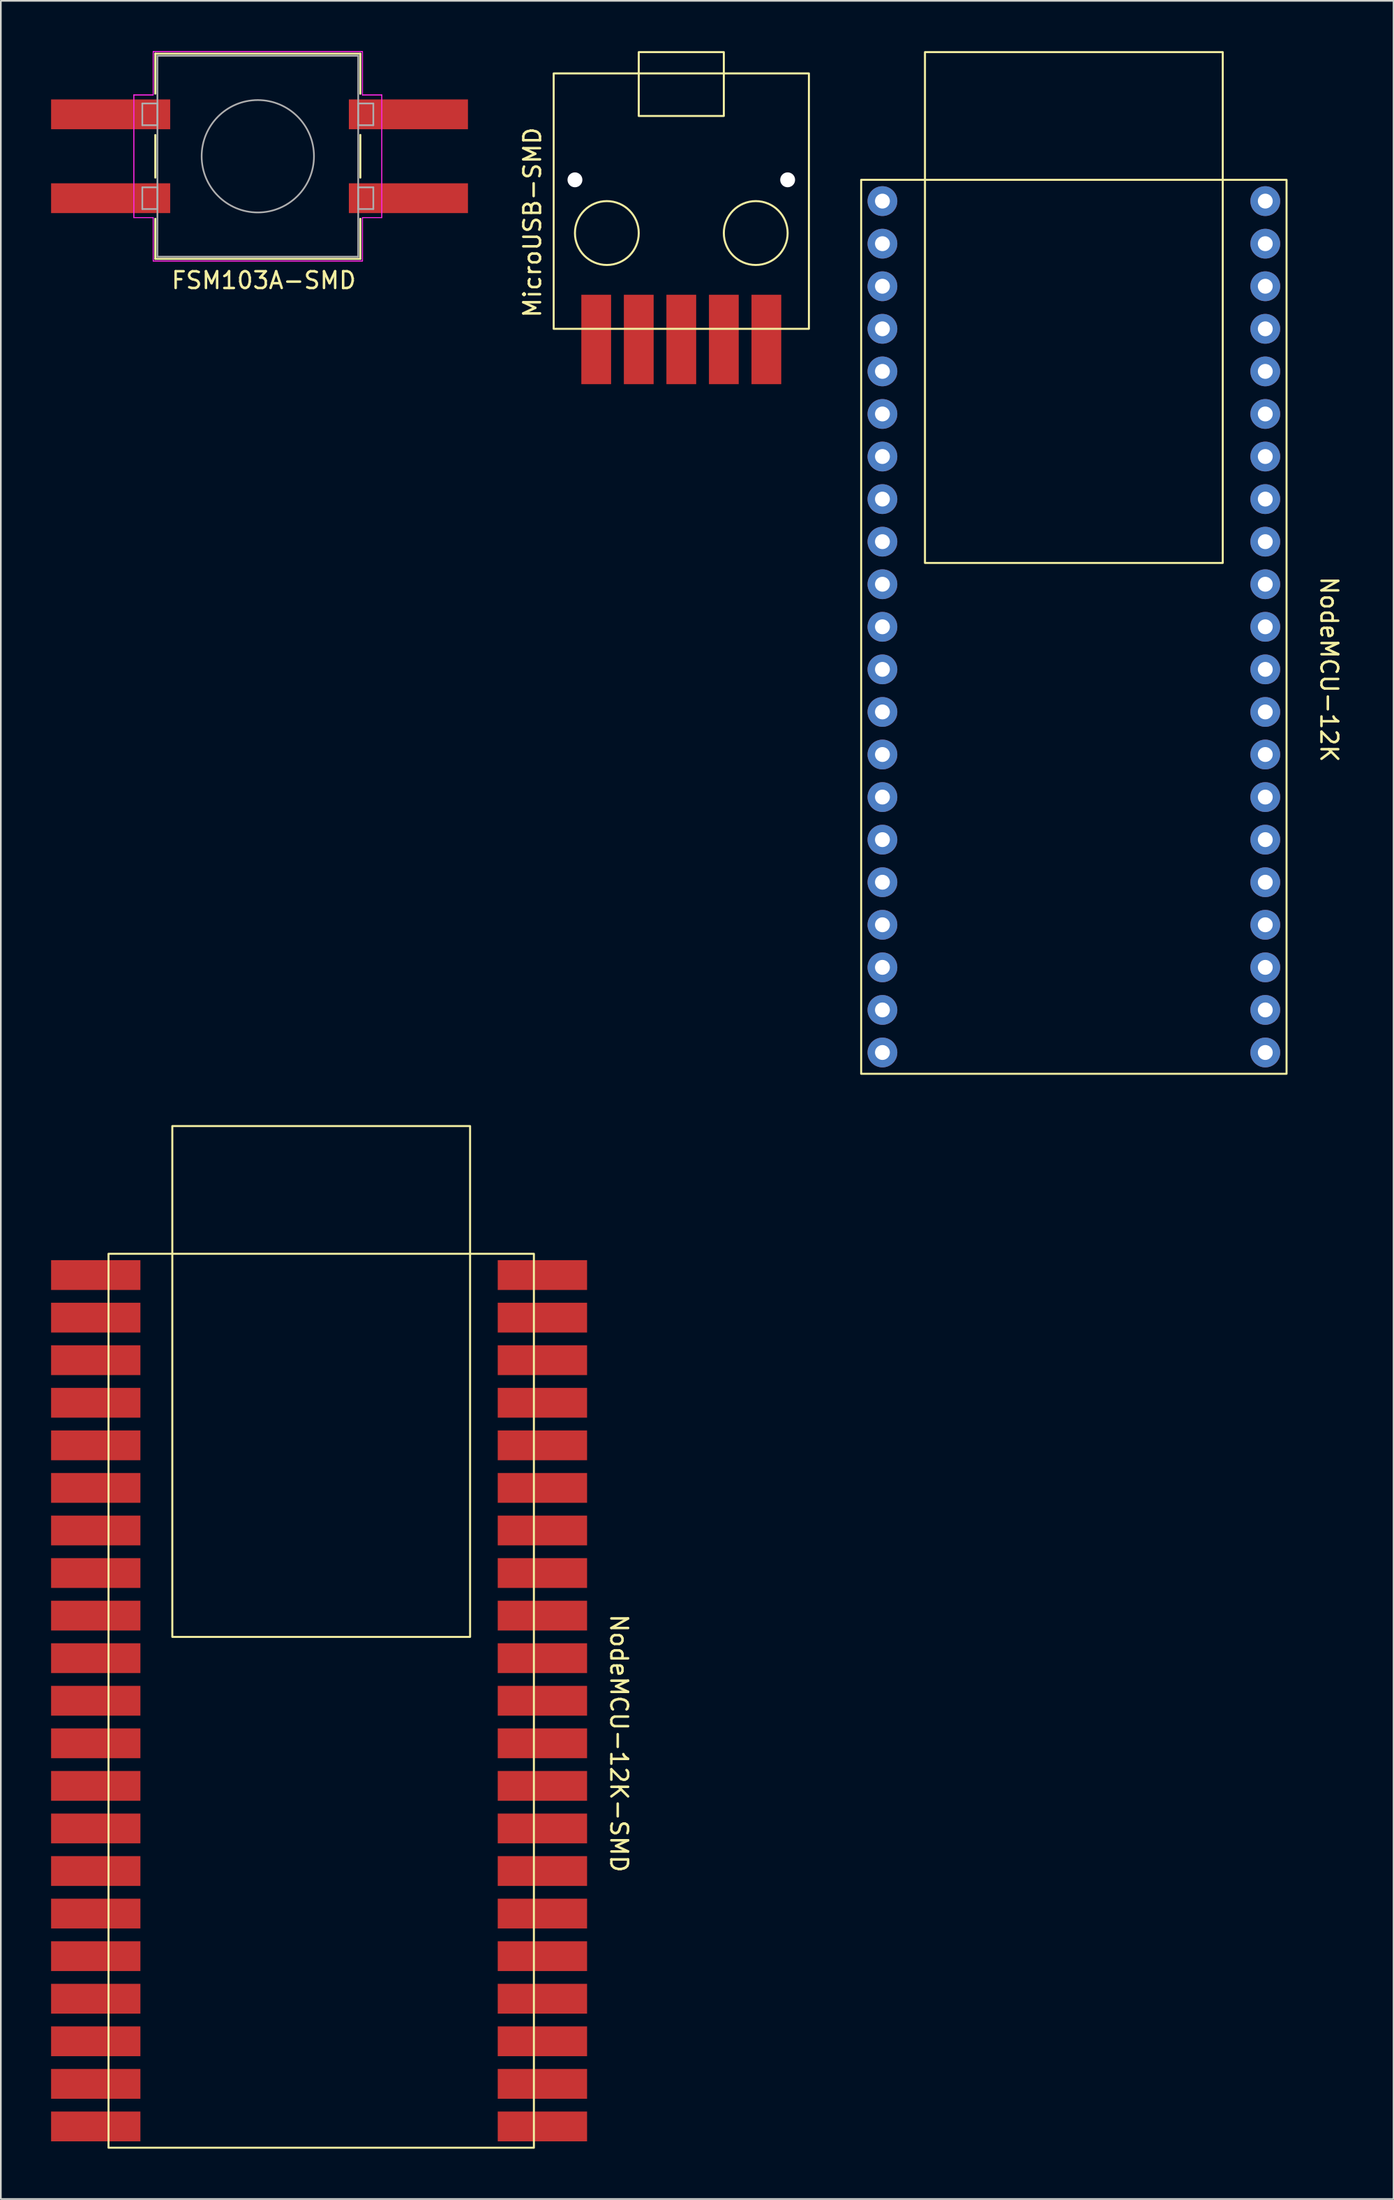
<source format=kicad_pcb>
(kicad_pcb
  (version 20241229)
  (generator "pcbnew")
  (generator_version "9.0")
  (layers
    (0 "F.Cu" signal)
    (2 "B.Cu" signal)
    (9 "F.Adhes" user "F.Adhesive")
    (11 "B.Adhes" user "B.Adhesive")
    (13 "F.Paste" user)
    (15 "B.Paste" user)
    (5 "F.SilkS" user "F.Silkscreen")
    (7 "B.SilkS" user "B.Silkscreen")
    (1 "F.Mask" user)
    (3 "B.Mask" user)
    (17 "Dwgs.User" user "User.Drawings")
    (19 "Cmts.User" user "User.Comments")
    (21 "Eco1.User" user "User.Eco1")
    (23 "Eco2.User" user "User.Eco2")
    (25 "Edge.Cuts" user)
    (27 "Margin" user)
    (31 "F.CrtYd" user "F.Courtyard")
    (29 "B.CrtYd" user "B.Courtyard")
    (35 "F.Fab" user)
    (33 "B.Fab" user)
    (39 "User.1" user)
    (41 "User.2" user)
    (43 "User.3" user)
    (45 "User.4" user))
  (footprint "MicroUSB-SMD"
    (layer "F.Cu")
    (at 37.63 10.22)
    (property "Reference" "MicroUSB-SMD" (at -8.89 0 90) (unlocked yes) (layer "F.SilkS") (effects (font (size 1 1) (thickness 0.15))))
    (attr through_hole)
    (fp_rect (start -7.62 -8.89) (end 7.62 6.35) (stroke (width 0.12) (type solid)) (fill no) (layer "F.SilkS"))
    (fp_rect (start -2.54 -10.16) (end 2.54 -6.35) (stroke (width 0.12) (type solid)) (fill no) (layer "F.SilkS"))
    (fp_circle (center -4.445 0.635) (end -2.54 0.635) (stroke (width 0.12) (type solid)) (fill no) (layer "F.SilkS"))
    (fp_circle (center 4.445 0.635) (end 6.35 0.635) (stroke (width 0.12) (type solid)) (fill no) (layer "F.SilkS"))
    (pad "1" smd rect (at -5.08 6.985) (size 1.778 5.334) (layers "F.Cu" "F.Mask" "F.Paste"))
    (pad "2" smd rect (at -2.54 6.985) (size 1.778 5.334) (layers "F.Cu" "F.Mask" "F.Paste"))
    (pad "3" smd rect (at 0 6.985) (size 1.778 5.334) (layers "F.Cu" "F.Mask" "F.Paste"))
    (pad "4" smd rect (at 2.54 6.985) (size 1.778 5.334) (layers "F.Cu" "F.Mask" "F.Paste"))
    (pad "5" smd rect (at 5.08 6.985) (size 1.778 5.334) (layers "F.Cu" "F.Mask" "F.Paste"))
    (pad "6" thru_hole circle (at -6.35 -2.54) (size 1.778 1.778) (drill 0.889) (layers "*.Cu" "*.Mask") (remove_unused_layers yes) (zone_layer_connections))
    (pad "7" thru_hole circle (at 6.35 -2.54) (size 1.778 1.778) (drill 0.889) (layers "*.Cu" "*.Mask") (remove_unused_layers yes) (zone_layer_connections)))
  (footprint "FSM103A-SMD"
    (layer "F.Cu")
    (at 6.096 3.772)
    (property "Reference" "FSM103A-SMD" (at 6.604 9.906 0) (layer "F.SilkS") (effects (font (size 1 1) (thickness 0.15))))
    (attr through_hole)
    (fp_line (start 0.127 -3.619) (end 0.127 -1.234) (stroke (width 0.12) (type solid)) (layer "F.SilkS"))
    (fp_line (start 0.127 1.234) (end 0.127 3.776) (stroke (width 0.12) (type solid)) (layer "F.SilkS"))
    (fp_line (start 0.127 6.232) (end 0.127 8.623) (stroke (width 0.12) (type solid)) (layer "F.SilkS"))
    (fp_line (start 0.127 8.623) (end 12.37 8.623) (stroke (width 0.12) (type solid)) (layer "F.SilkS"))
    (fp_line (start 12.37 -3.619) (end 0.127 -3.619) (stroke (width 0.12) (type solid)) (layer "F.SilkS"))
    (fp_line (start 12.37 -1.228) (end 12.37 -3.619) (stroke (width 0.12) (type solid)) (layer "F.SilkS"))
    (fp_line (start 12.37 3.776) (end 12.37 1.228) (stroke (width 0.12) (type solid)) (layer "F.SilkS"))
    (fp_line (start 12.37 8.623) (end 12.37 6.232) (stroke (width 0.12) (type solid)) (layer "F.SilkS"))
    (fp_line (start -1.156 -1.156) (end 0 -1.156) (stroke (width 0.05) (type solid)) (layer "F.CrtYd"))
    (fp_line (start -1.156 -1.156) (end 0 -1.156) (stroke (width 0.05) (type solid)) (layer "F.CrtYd"))
    (fp_line (start -1.156 6.16) (end -1.156 -1.156) (stroke (width 0.05) (type solid)) (layer "F.CrtYd"))
    (fp_line (start -1.156 6.16) (end -1.156 -1.156) (stroke (width 0.05) (type solid)) (layer "F.CrtYd"))
    (fp_line (start -1.156 6.16) (end 0 6.16) (stroke (width 0.05) (type solid)) (layer "F.CrtYd"))
    (fp_line (start 0 -3.747) (end 12.497 -3.747) (stroke (width 0.05) (type solid)) (layer "F.CrtYd"))
    (fp_line (start 0 -3.747) (end 12.497 -3.747) (stroke (width 0.05) (type solid)) (layer "F.CrtYd"))
    (fp_line (start 0 -1.156) (end 0 -3.747) (stroke (width 0.05) (type solid)) (layer "F.CrtYd"))
    (fp_line (start 0 -1.156) (end 0 -3.747) (stroke (width 0.05) (type solid)) (layer "F.CrtYd"))
    (fp_line (start 0 6.16) (end -1.156 6.16) (stroke (width 0.05) (type solid)) (layer "F.CrtYd"))
    (fp_line (start 0 8.75) (end 0 6.16) (stroke (width 0.05) (type solid)) (layer "F.CrtYd"))
    (fp_line (start 0 8.75) (end 0 6.16) (stroke (width 0.05) (type solid)) (layer "F.CrtYd"))
    (fp_line (start 12.497 -3.747) (end 12.497 -1.156) (stroke (width 0.05) (type solid)) (layer "F.CrtYd"))
    (fp_line (start 12.497 -3.747) (end 12.497 -1.156) (stroke (width 0.05) (type solid)) (layer "F.CrtYd"))
    (fp_line (start 12.497 -1.156) (end 13.652 -1.156) (stroke (width 0.05) (type solid)) (layer "F.CrtYd"))
    (fp_line (start 12.497 6.16) (end 12.497 8.75) (stroke (width 0.05) (type solid)) (layer "F.CrtYd"))
    (fp_line (start 12.497 6.16) (end 12.497 8.75) (stroke (width 0.05) (type solid)) (layer "F.CrtYd"))
    (fp_line (start 12.497 8.75) (end 0 8.75) (stroke (width 0.05) (type solid)) (layer "F.CrtYd"))
    (fp_line (start 12.497 8.75) (end 0 8.75) (stroke (width 0.05) (type solid)) (layer "F.CrtYd"))
    (fp_line (start 13.652 -1.156) (end 12.497 -1.156) (stroke (width 0.05) (type solid)) (layer "F.CrtYd"))
    (fp_line (start 13.652 -1.156) (end 13.652 6.16) (stroke (width 0.05) (type solid)) (layer "F.CrtYd"))
    (fp_line (start 13.652 -1.156) (end 13.652 6.16) (stroke (width 0.05) (type solid)) (layer "F.CrtYd"))
    (fp_line (start 13.652 6.16) (end 12.497 6.16) (stroke (width 0.05) (type solid)) (layer "F.CrtYd"))
    (fp_line (start 13.652 6.16) (end 12.497 6.16) (stroke (width 0.05) (type solid)) (layer "F.CrtYd"))
    (fp_line (start -0.648 -0.648) (end -0.648 0.648) (stroke (width 0.1) (type solid)) (layer "F.Fab"))
    (fp_line (start -0.648 0.648) (end 0.254 0.648) (stroke (width 0.1) (type solid)) (layer "F.Fab"))
    (fp_line (start -0.648 4.356) (end -0.648 5.652) (stroke (width 0.1) (type solid)) (layer "F.Fab"))
    (fp_line (start -0.648 5.652) (end 0.254 5.652) (stroke (width 0.1) (type solid)) (layer "F.Fab"))
    (fp_line (start 0.254 -3.493) (end 0.254 8.496) (stroke (width 0.1) (type solid)) (layer "F.Fab"))
    (fp_line (start 0.254 -0.648) (end -0.648 -0.648) (stroke (width 0.1) (type solid)) (layer "F.Fab"))
    (fp_line (start 0.254 0.648) (end 0.254 -0.648) (stroke (width 0.1) (type solid)) (layer "F.Fab"))
    (fp_line (start 0.254 4.356) (end -0.648 4.356) (stroke (width 0.1) (type solid)) (layer "F.Fab"))
    (fp_line (start 0.254 5.652) (end 0.254 4.356) (stroke (width 0.1) (type solid)) (layer "F.Fab"))
    (fp_line (start 0.254 8.496) (end 12.243 8.496) (stroke (width 0.1) (type solid)) (layer "F.Fab"))
    (fp_line (start 12.243 -3.493) (end 0.254 -3.493) (stroke (width 0.1) (type solid)) (layer "F.Fab"))
    (fp_line (start 12.243 -0.648) (end 12.243 0.648) (stroke (width 0.1) (type solid)) (layer "F.Fab"))
    (fp_line (start 12.243 0.648) (end 13.145 0.648) (stroke (width 0.1) (type solid)) (layer "F.Fab"))
    (fp_line (start 12.243 4.356) (end 12.243 5.652) (stroke (width 0.1) (type solid)) (layer "F.Fab"))
    (fp_line (start 12.243 5.652) (end 13.145 5.652) (stroke (width 0.1) (type solid)) (layer "F.Fab"))
    (fp_line (start 12.243 8.496) (end 12.243 -3.493) (stroke (width 0.1) (type solid)) (layer "F.Fab"))
    (fp_line (start 13.145 -0.648) (end 12.243 -0.648) (stroke (width 0.1) (type solid)) (layer "F.Fab"))
    (fp_line (start 13.145 0.648) (end 13.145 -0.648) (stroke (width 0.1) (type solid)) (layer "F.Fab"))
    (fp_line (start 13.145 4.356) (end 12.243 4.356) (stroke (width 0.1) (type solid)) (layer "F.Fab"))
    (fp_line (start 13.145 5.652) (end 13.145 4.356) (stroke (width 0.1) (type solid)) (layer "F.Fab"))
    (fp_circle (center 6.248 2.502) (end 9.601 2.502) (stroke (width 0.1) (type solid)) (fill no) (layer "F.Fab"))
    (pad "1" smd rect (at -2.54 0) (size 7.112 1.778) (layers "F.Cu" "F.Mask" "F.Paste"))
    (pad "2" smd rect (at -2.54 5.004) (size 7.112 1.778) (layers "F.Cu" "F.Mask" "F.Paste"))
    (pad "3" smd rect (at 15.24 5.004) (size 7.112 1.778) (layers "F.Cu" "F.Mask" "F.Paste"))
    (pad "4" smd rect (at 15.24 0) (size 7.112 1.778) (layers "F.Cu" "F.Mask" "F.Paste")))
  (footprint "NodeMCU-12K-SMD"
    (layer "F.Cu")
    (at 16.129 100.97)
    (property "Reference" "NodeMCU-12K-SMD" (at 17.78 0 270) (unlocked yes) (layer "F.SilkS") (effects (font (size 1 1) (thickness 0.15))))
    (attr through_hole)
    (fp_rect (start -12.7 -29.21) (end 12.7 24.13) (stroke (width 0.12) (type solid)) (fill no) (layer "F.SilkS"))
    (fp_rect (start -8.89 -36.83) (end 8.89 -6.35) (stroke (width 0.12) (type solid)) (fill no) (layer "F.SilkS"))
    (pad "1" smd rect (at -15.24 -27.94) (size 5.334 1.778) (drill (offset 1.778 0)) (layers "F.Cu" "F.Mask" "F.Paste"))
    (pad "2" smd rect (at -15.24 -25.4) (size 5.334 1.778) (drill (offset 1.778 0)) (layers "F.Cu" "F.Mask" "F.Paste"))
    (pad "3" smd rect (at -15.24 -22.86) (size 5.334 1.778) (drill (offset 1.778 0)) (layers "F.Cu" "F.Mask" "F.Paste"))
    (pad "4" smd rect (at -15.24 -20.32) (size 5.334 1.778) (drill (offset 1.778 0)) (layers "F.Cu" "F.Mask" "F.Paste"))
    (pad "5" smd rect (at -15.24 -17.78) (size 5.334 1.778) (drill (offset 1.778 0)) (layers "F.Cu" "F.Mask" "F.Paste"))
    (pad "6" smd rect (at -15.24 -15.24) (size 5.334 1.778) (drill (offset 1.778 0)) (layers "F.Cu" "F.Mask" "F.Paste"))
    (pad "7" smd rect (at -15.24 -12.7) (size 5.334 1.778) (drill (offset 1.778 0)) (layers "F.Cu" "F.Mask" "F.Paste"))
    (pad "8" smd rect (at -15.24 -10.16) (size 5.334 1.778) (drill (offset 1.778 0)) (layers "F.Cu" "F.Mask" "F.Paste"))
    (pad "9" smd rect (at -15.24 -7.62) (size 5.334 1.778) (drill (offset 1.778 0)) (layers "F.Cu" "F.Mask" "F.Paste"))
    (pad "10" smd rect (at -15.24 -5.08) (size 5.334 1.778) (drill (offset 1.778 0)) (layers "F.Cu" "F.Mask" "F.Paste"))
    (pad "11" smd rect (at -15.24 -2.54) (size 5.334 1.778) (drill (offset 1.778 0)) (layers "F.Cu" "F.Mask" "F.Paste"))
    (pad "12" smd rect (at -15.24 0) (size 5.334 1.778) (drill (offset 1.778 0)) (layers "F.Cu" "F.Mask" "F.Paste"))
    (pad "13" smd rect (at -15.24 2.54) (size 5.334 1.778) (drill (offset 1.778 0)) (layers "F.Cu" "F.Mask" "F.Paste"))
    (pad "14" smd rect (at -15.24 5.08) (size 5.334 1.778) (drill (offset 1.778 0)) (layers "F.Cu" "F.Mask" "F.Paste"))
    (pad "15" smd rect (at -15.24 7.62) (size 5.334 1.778) (drill (offset 1.778 0)) (layers "F.Cu" "F.Mask" "F.Paste"))
    (pad "16" smd rect (at -15.24 10.16) (size 5.334 1.778) (drill (offset 1.778 0)) (layers "F.Cu" "F.Mask" "F.Paste"))
    (pad "17" smd rect (at -15.24 12.7) (size 5.334 1.778) (drill (offset 1.778 0)) (layers "F.Cu" "F.Mask" "F.Paste"))
    (pad "18" smd rect (at -15.24 15.24) (size 5.334 1.778) (drill (offset 1.778 0)) (layers "F.Cu" "F.Mask" "F.Paste"))
    (pad "19" smd rect (at -15.24 17.78) (size 5.334 1.778) (drill (offset 1.778 0)) (layers "F.Cu" "F.Mask" "F.Paste"))
    (pad "20" smd rect (at -15.24 20.32) (size 5.334 1.778) (drill (offset 1.778 0)) (layers "F.Cu" "F.Mask" "F.Paste"))
    (pad "21" smd rect (at -15.24 22.86) (size 5.334 1.778) (drill (offset 1.778 0)) (layers "F.Cu" "F.Mask" "F.Paste"))
    (pad "22" smd rect (at 11.43 22.86) (size 5.334 1.778) (drill (offset 1.778 0)) (layers "F.Cu" "F.Mask" "F.Paste"))
    (pad "23" smd rect (at 11.43 20.32) (size 5.334 1.778) (drill (offset 1.778 0)) (layers "F.Cu" "F.Mask" "F.Paste"))
    (pad "24" smd rect (at 11.43 17.78) (size 5.334 1.778) (drill (offset 1.778 0)) (layers "F.Cu" "F.Mask" "F.Paste"))
    (pad "25" smd rect (at 11.43 15.24) (size 5.334 1.778) (drill (offset 1.778 0)) (layers "F.Cu" "F.Mask" "F.Paste"))
    (pad "26" smd rect (at 11.43 12.7) (size 5.334 1.778) (drill (offset 1.778 0)) (layers "F.Cu" "F.Mask" "F.Paste"))
    (pad "27" smd rect (at 11.43 10.16) (size 5.334 1.778) (drill (offset 1.778 0)) (layers "F.Cu" "F.Mask" "F.Paste"))
    (pad "28" smd rect (at 11.43 7.62) (size 5.334 1.778) (drill (offset 1.778 0)) (layers "F.Cu" "F.Mask" "F.Paste"))
    (pad "29" smd rect (at 11.43 5.08) (size 5.334 1.778) (drill (offset 1.778 0)) (layers "F.Cu" "F.Mask" "F.Paste"))
    (pad "30" smd rect (at 11.43 2.54) (size 5.334 1.778) (drill (offset 1.778 0)) (layers "F.Cu" "F.Mask" "F.Paste"))
    (pad "31" smd rect (at 11.43 0) (size 5.334 1.778) (drill (offset 1.778 0)) (layers "F.Cu" "F.Mask" "F.Paste"))
    (pad "32" smd rect (at 11.43 -2.54) (size 5.334 1.778) (drill (offset 1.778 0)) (layers "F.Cu" "F.Mask" "F.Paste"))
    (pad "33" smd rect (at 11.43 -5.08) (size 5.334 1.778) (drill (offset 1.778 0)) (layers "F.Cu" "F.Mask" "F.Paste"))
    (pad "34" smd rect (at 11.43 -7.62) (size 5.334 1.778) (drill (offset 1.778 0)) (layers "F.Cu" "F.Mask" "F.Paste"))
    (pad "35" smd rect (at 11.43 -10.16) (size 5.334 1.778) (drill (offset 1.778 0)) (layers "F.Cu" "F.Mask" "F.Paste"))
    (pad "36" smd rect (at 11.43 -12.7) (size 5.334 1.778) (drill (offset 1.778 0)) (layers "F.Cu" "F.Mask" "F.Paste"))
    (pad "37" smd rect (at 11.43 -15.24) (size 5.334 1.778) (drill (offset 1.778 0)) (layers "F.Cu" "F.Mask" "F.Paste"))
    (pad "38" smd rect (at 11.43 -17.78) (size 5.334 1.778) (drill (offset 1.778 0)) (layers "F.Cu" "F.Mask" "F.Paste"))
    (pad "39" smd rect (at 11.43 -20.32) (size 5.334 1.778) (drill (offset 1.778 0)) (layers "F.Cu" "F.Mask" "F.Paste"))
    (pad "40" smd rect (at 11.43 -22.86) (size 5.334 1.778) (drill (offset 1.778 0)) (layers "F.Cu" "F.Mask" "F.Paste"))
    (pad "41" smd rect (at 11.43 -25.4) (size 5.334 1.778) (drill (offset 1.778 0)) (layers "F.Cu" "F.Mask" "F.Paste"))
    (pad "42" smd rect (at 11.43 -27.94) (size 5.334 1.778) (drill (offset 1.778 0)) (layers "F.Cu" "F.Mask" "F.Paste")))
  (footprint "NodeMCU-12K"
    (layer "F.Cu")
    (at 61.07 36.89)
    (property "Reference" "NodeMCU-12K" (at 15.24 0 270) (unlocked yes) (layer "F.SilkS") (effects (font (size 1 1) (thickness 0.15))))
    (attr through_hole)
    (fp_rect (start -12.7 -29.21) (end 12.7 24.13) (stroke (width 0.12) (type solid)) (fill no) (layer "F.SilkS"))
    (fp_rect (start -8.89 -36.83) (end 8.89 -6.35) (stroke (width 0.12) (type solid)) (fill no) (layer "F.SilkS"))
    (pad "1" thru_hole circle (at -11.43 -27.94) (size 1.778 1.778) (drill 0.889) (layers "*.Cu" "*.Mask"))
    (pad "2" thru_hole circle (at -11.43 -25.4) (size 1.778 1.778) (drill 0.889) (layers "*.Cu" "*.Mask"))
    (pad "3" thru_hole circle (at -11.43 -22.86) (size 1.778 1.778) (drill 0.889) (layers "*.Cu" "*.Mask"))
    (pad "4" thru_hole circle (at -11.43 -20.32) (size 1.778 1.778) (drill 0.889) (layers "*.Cu" "*.Mask"))
    (pad "5" thru_hole circle (at -11.43 -17.78) (size 1.778 1.778) (drill 0.889) (layers "*.Cu" "*.Mask"))
    (pad "6" thru_hole circle (at -11.43 -15.24) (size 1.778 1.778) (drill 0.889) (layers "*.Cu" "*.Mask"))
    (pad "7" thru_hole circle (at -11.43 -12.7) (size 1.778 1.778) (drill 0.889) (layers "*.Cu" "*.Mask"))
    (pad "8" thru_hole circle (at -11.43 -10.16) (size 1.778 1.778) (drill 0.889) (layers "*.Cu" "*.Mask"))
    (pad "9" thru_hole circle (at -11.43 -7.62) (size 1.778 1.778) (drill 0.889) (layers "*.Cu" "*.Mask"))
    (pad "10" thru_hole circle (at -11.43 -5.08) (size 1.778 1.778) (drill 0.889) (layers "*.Cu" "*.Mask"))
    (pad "11" thru_hole circle (at -11.43 -2.54) (size 1.778 1.778) (drill 0.889) (layers "*.Cu" "*.Mask"))
    (pad "12" thru_hole circle (at -11.43 0) (size 1.778 1.778) (drill 0.889) (layers "*.Cu" "*.Mask"))
    (pad "13" thru_hole circle (at -11.43 2.54) (size 1.778 1.778) (drill 0.889) (layers "*.Cu" "*.Mask"))
    (pad "14" thru_hole circle (at -11.43 5.08) (size 1.778 1.778) (drill 0.889) (layers "*.Cu" "*.Mask"))
    (pad "15" thru_hole circle (at -11.43 7.62) (size 1.778 1.778) (drill 0.889) (layers "*.Cu" "*.Mask"))
    (pad "16" thru_hole circle (at -11.43 10.16) (size 1.778 1.778) (drill 0.889) (layers "*.Cu" "*.Mask"))
    (pad "17" thru_hole circle (at -11.43 12.7) (size 1.778 1.778) (drill 0.889) (layers "*.Cu" "*.Mask"))
    (pad "18" thru_hole circle (at -11.43 15.24) (size 1.778 1.778) (drill 0.889) (layers "*.Cu" "*.Mask"))
    (pad "19" thru_hole circle (at -11.43 17.78) (size 1.778 1.778) (drill 0.889) (layers "*.Cu" "*.Mask"))
    (pad "20" thru_hole circle (at -11.43 20.32) (size 1.778 1.778) (drill 0.889) (layers "*.Cu" "*.Mask"))
    (pad "21" thru_hole circle (at -11.43 22.86) (size 1.778 1.778) (drill 0.889) (layers "*.Cu" "*.Mask"))
    (pad "22" thru_hole circle (at 11.43 22.86) (size 1.778 1.778) (drill 0.889) (layers "*.Cu" "*.Mask"))
    (pad "23" thru_hole circle (at 11.43 20.32) (size 1.778 1.778) (drill 0.889) (layers "*.Cu" "*.Mask"))
    (pad "24" thru_hole circle (at 11.43 17.78) (size 1.778 1.778) (drill 0.889) (layers "*.Cu" "*.Mask"))
    (pad "25" thru_hole circle (at 11.43 15.24) (size 1.778 1.778) (drill 0.889) (layers "*.Cu" "*.Mask"))
    (pad "26" thru_hole circle (at 11.43 12.7) (size 1.778 1.778) (drill 0.889) (layers "*.Cu" "*.Mask"))
    (pad "27" thru_hole circle (at 11.43 10.16) (size 1.778 1.778) (drill 0.889) (layers "*.Cu" "*.Mask"))
    (pad "28" thru_hole circle (at 11.43 7.62) (size 1.778 1.778) (drill 0.889) (layers "*.Cu" "*.Mask"))
    (pad "29" thru_hole circle (at 11.43 5.08) (size 1.778 1.778) (drill 0.889) (layers "*.Cu" "*.Mask"))
    (pad "30" thru_hole circle (at 11.43 2.54) (size 1.778 1.778) (drill 0.889) (layers "*.Cu" "*.Mask"))
    (pad "31" thru_hole circle (at 11.43 0) (size 1.778 1.778) (drill 0.889) (layers "*.Cu" "*.Mask"))
    (pad "32" thru_hole circle (at 11.43 -2.54) (size 1.778 1.778) (drill 0.889) (layers "*.Cu" "*.Mask"))
    (pad "33" thru_hole circle (at 11.43 -5.08) (size 1.778 1.778) (drill 0.889) (layers "*.Cu" "*.Mask"))
    (pad "34" thru_hole circle (at 11.43 -7.62) (size 1.778 1.778) (drill 0.889) (layers "*.Cu" "*.Mask"))
    (pad "35" thru_hole circle (at 11.43 -10.16) (size 1.778 1.778) (drill 0.889) (layers "*.Cu" "*.Mask"))
    (pad "36" thru_hole circle (at 11.43 -12.7) (size 1.778 1.778) (drill 0.889) (layers "*.Cu" "*.Mask"))
    (pad "37" thru_hole circle (at 11.43 -15.24) (size 1.778 1.778) (drill 0.889) (layers "*.Cu" "*.Mask"))
    (pad "38" thru_hole circle (at 11.43 -17.78) (size 1.778 1.778) (drill 0.889) (layers "*.Cu" "*.Mask"))
    (pad "39" thru_hole circle (at 11.43 -20.32) (size 1.778 1.778) (drill 0.889) (layers "*.Cu" "*.Mask"))
    (pad "40" thru_hole circle (at 11.43 -22.86) (size 1.778 1.778) (drill 0.889) (layers "*.Cu" "*.Mask"))
    (pad "41" thru_hole circle (at 11.43 -25.4) (size 1.778 1.778) (drill 0.889) (layers "*.Cu" "*.Mask"))
    (pad "42" thru_hole circle (at 11.43 -27.94) (size 1.778 1.778) (drill 0.889) (layers "*.Cu" "*.Mask")))
  (gr_rect
    (start -3 -3)
    (end 80.159 128.16)
    (stroke (width 0.1) (type default))
    (fill no)
    (layer "Edge.Cuts")))
</source>
